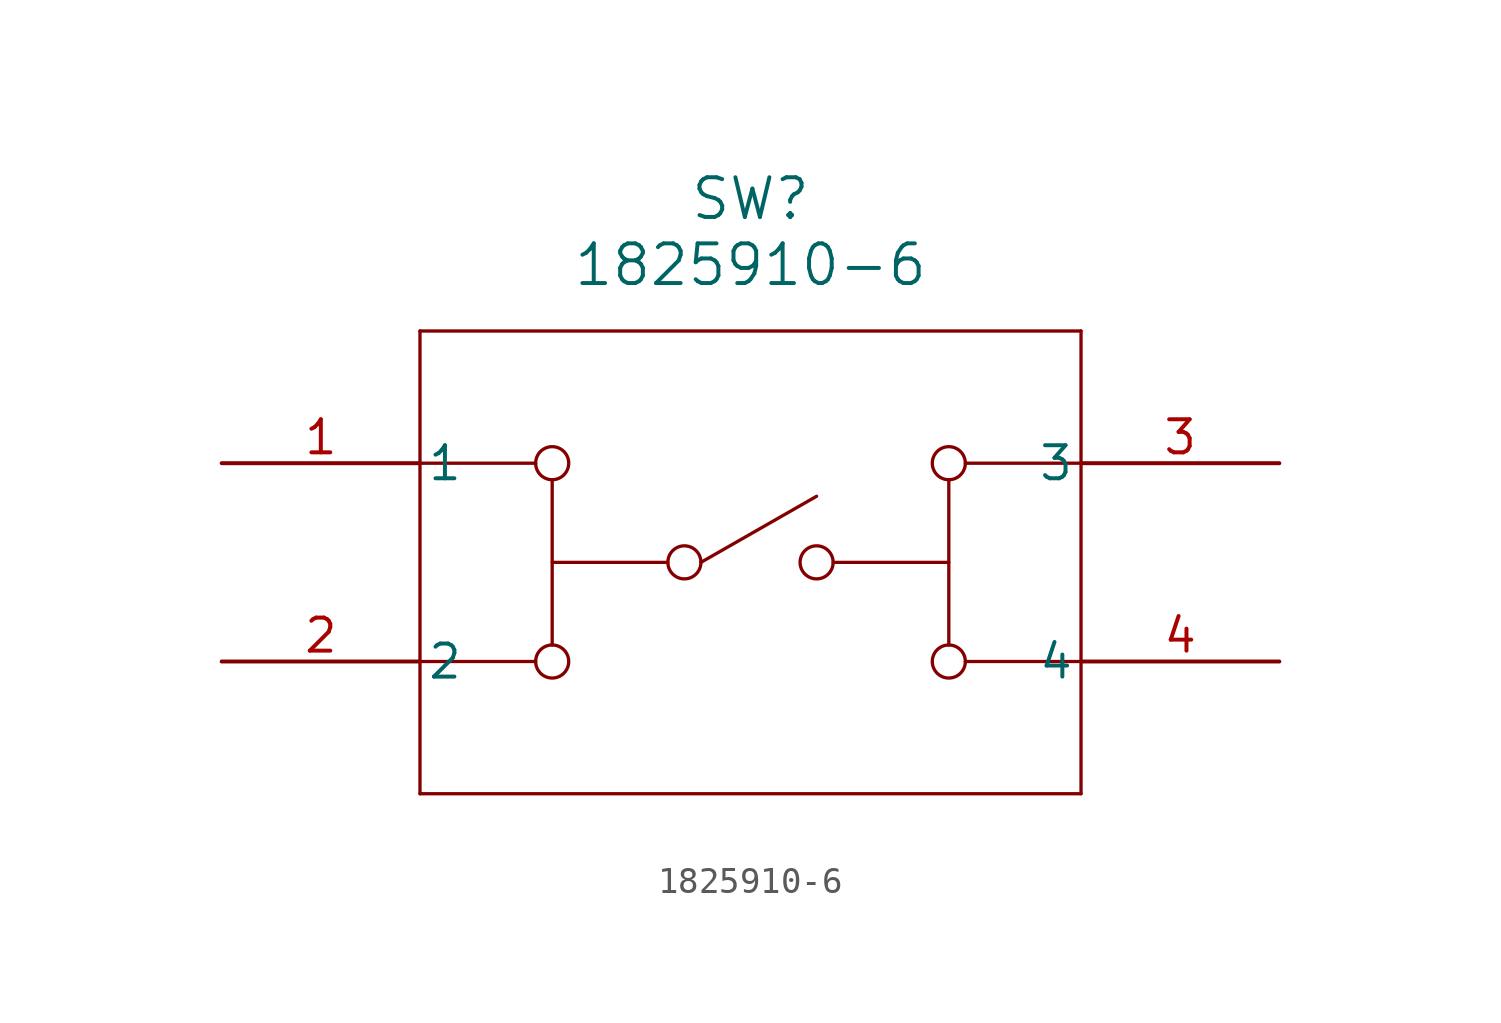
<source format=kicad_sym>
(kicad_symbol_lib
  (version 20220914)
  (generator kicad_symbol_editor)
  (symbol "1825910-6"
    (pin_names
      (offset 0.254))
    (property "Reference" "SW"
      (at 20.32 10.16 0)
      (effects (font (size 1.524 1.524))))
    (property "Value" "1825910-6"
      (at 20.32 7.62 0)
      (effects (font (size 1.524 1.524))))
    (property "ki_locked" ""
      (at 0 0 0)
      (effects (font (size 1.27 1.27))))
    (symbol "1825910-6_0_1"
      (polyline (pts (xy 7.62 -12.7) (xy 33.02 -12.7)) (stroke (width 0.127) (type default)) (fill (type none)))
      (polyline (pts (xy 7.62 -7.62) (xy 12.065 -7.62)) (stroke (width 0.127) (type default)) (fill (type none)))
      (polyline (pts (xy 7.62 0) (xy 12.065 0)) (stroke (width 0.127) (type default)) (fill (type none)))
      (polyline (pts (xy 7.62 5.08) (xy 7.62 -12.7)) (stroke (width 0.127) (type default)) (fill (type none)))
      (polyline (pts (xy 12.7 -3.81) (xy 17.145 -3.81)) (stroke (width 0.127) (type default)) (fill (type none)))
      (polyline (pts (xy 12.7 -0.635) (xy 12.7 -6.985)) (stroke (width 0.127) (type default)) (fill (type none)))
      (polyline (pts (xy 18.415 -3.81) (xy 22.86 -1.27)) (stroke (width 0.127) (type default)) (fill (type none)))
      (polyline (pts (xy 27.94 -3.81) (xy 23.495 -3.81)) (stroke (width 0.127) (type default)) (fill (type none)))
      (polyline (pts (xy 27.94 -0.635) (xy 27.94 -6.985)) (stroke (width 0.127) (type default)) (fill (type none)))
      (polyline (pts (xy 33.02 -12.7) (xy 33.02 5.08)) (stroke (width 0.127) (type default)) (fill (type none)))
      (polyline (pts (xy 33.02 -7.62) (xy 28.575 -7.62)) (stroke (width 0.127) (type default)) (fill (type none)))
      (polyline (pts (xy 33.02 0) (xy 28.575 0)) (stroke (width 0.127) (type default)) (fill (type none)))
      (polyline (pts (xy 33.02 5.08) (xy 7.62 5.08)) (stroke (width 0.127) (type default)) (fill (type none)))
      (circle (center 12.7 -7.62) (radius 0.635) (stroke (width 0.127) (type default)) (fill (type none)))
      (circle (center 12.7 0) (radius 0.635) (stroke (width 0.127) (type default)) (fill (type none)))
      (circle (center 17.78 -3.81) (radius 0.635) (stroke (width 0.127) (type default)) (fill (type none)))
      (circle (center 22.86 -3.81) (radius 0.635) (stroke (width 0.127) (type default)) (fill (type none)))
      (circle (center 27.94 -7.62) (radius 0.635) (stroke (width 0.127) (type default)) (fill (type none)))
      (circle (center 27.94 0) (radius 0.635) (stroke (width 0.127) (type default)) (fill (type none)))
      (pin unspecified line (at 0 0 0) (length 7.62) (name "1" (effects (font (size 1.27 1.27)))) (number "1" (effects (font (size 1.27 1.27)))))
      (pin unspecified line (at 0 -7.62 0) (length 7.62) (name "2" (effects (font (size 1.27 1.27)))) (number "2" (effects (font (size 1.27 1.27)))))
      (pin unspecified line (at 40.64 0 180) (length 7.62) (name "3" (effects (font (size 1.27 1.27)))) (number "3" (effects (font (size 1.27 1.27)))))
      (pin unspecified line (at 40.64 -7.62 180) (length 7.62) (name "4" (effects (font (size 1.27 1.27)))) (number "4" (effects (font (size 1.27 1.27))))))))
</source>
